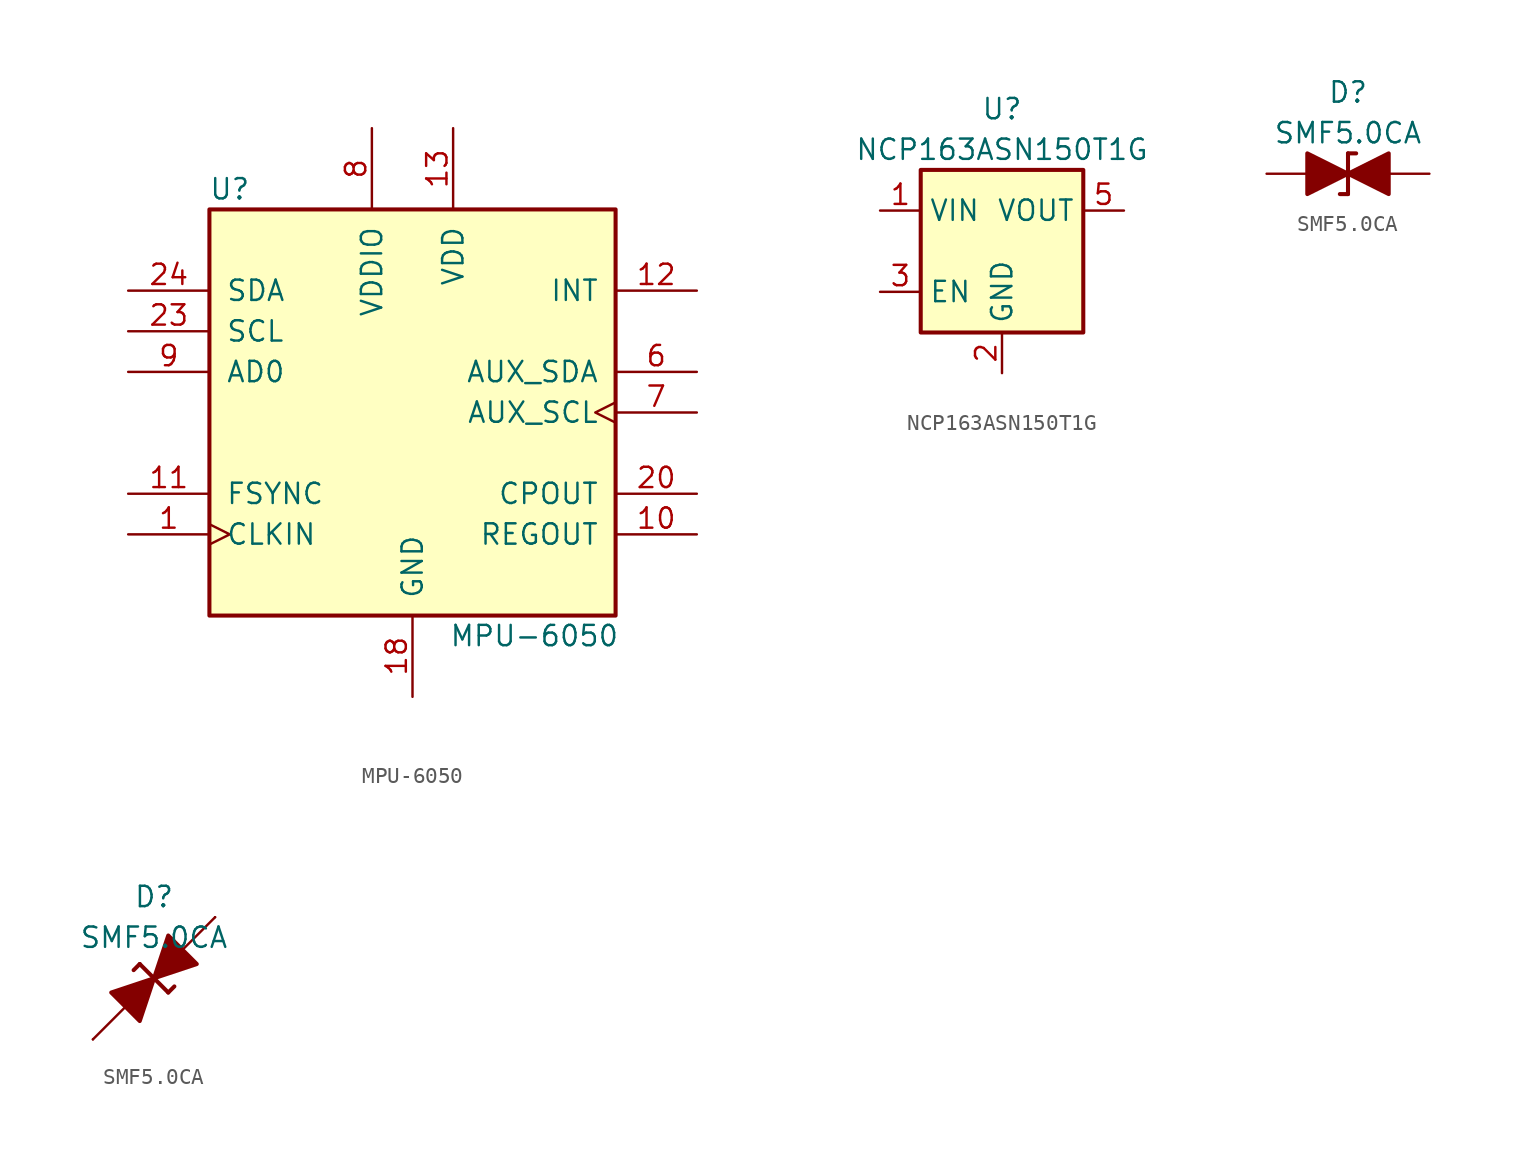
<source format=kicad_sym>
(kicad_symbol_lib
  (version 20241209)
  (generator "kicad_symbol_editor")
  (generator_version "9.0")
  (symbol "MPU-6050"
    (pin_names
      (offset 1.016))
    (property "Reference" "U"
      (at -11.43 13.97 0)
      (effects (font (size 1.27 1.27))))
    (property "Value" "MPU-6050"
      (at 7.62 -13.97 0)
      (effects (font (size 1.27 1.27))))
    (symbol "MPU-6050_0_1"
      (rectangle (start -12.7 12.7) (end 12.7 -12.7) (stroke (width 0.254) (type solid)) (fill (type background))))
    (symbol "MPU-6050_1_1"
      (pin bidirectional line (at -17.78 7.62 0) (length 5.08) (name "SDA" (effects (font (size 1.27 1.27)))) (number "24" (effects (font (size 1.27 1.27)))))
      (pin input line (at -17.78 5.08 0) (length 5.08) (name "SCL" (effects (font (size 1.27 1.27)))) (number "23" (effects (font (size 1.27 1.27)))))
      (pin input line (at -17.78 2.54 0) (length 5.08) (name "AD0" (effects (font (size 1.27 1.27)))) (number "9" (effects (font (size 1.27 1.27)))))
      (pin input line (at -17.78 -5.08 0) (length 5.08) (name "FSYNC" (effects (font (size 1.27 1.27)))) (number "11" (effects (font (size 1.27 1.27)))))
      (pin input clock (at -17.78 -7.62 0) (length 5.08) (name "CLKIN" (effects (font (size 1.27 1.27)))) (number "1" (effects (font (size 1.27 1.27)))))
      (pin no_connect line (at -3.81 0 90) (length 5.08) (hide yes) (name "NC" (effects (font (size 1.27 1.27)))) (number "14" (effects (font (size 1.27 1.27)))))
      (pin no_connect line (at -3.81 0 90) (length 5.08) (hide yes) (name "NC" (effects (font (size 1.27 1.27)))) (number "15" (effects (font (size 1.27 1.27)))))
      (pin no_connect line (at -3.81 0 90) (length 5.08) (hide yes) (name "NC" (effects (font (size 1.27 1.27)))) (number "16" (effects (font (size 1.27 1.27)))))
      (pin no_connect line (at -3.81 0 90) (length 5.08) (hide yes) (name "NC" (effects (font (size 1.27 1.27)))) (number "17" (effects (font (size 1.27 1.27)))))
      (pin no_connect line (at -3.81 0 90) (length 5.08) (hide yes) (name "NC" (effects (font (size 1.27 1.27)))) (number "2" (effects (font (size 1.27 1.27)))))
      (pin no_connect line (at -3.81 0 90) (length 5.08) (hide yes) (name "NC" (effects (font (size 1.27 1.27)))) (number "3" (effects (font (size 1.27 1.27)))))
      (pin no_connect line (at -3.81 0 90) (length 5.08) (hide yes) (name "NC" (effects (font (size 1.27 1.27)))) (number "4" (effects (font (size 1.27 1.27)))))
      (pin no_connect line (at -3.81 0 90) (length 5.08) (hide yes) (name "NC" (effects (font (size 1.27 1.27)))) (number "5" (effects (font (size 1.27 1.27)))))
      (pin passive line (at -2.54 17.78 270) (length 5.08) (name "VDDIO" (effects (font (size 1.27 1.27)))) (number "8" (effects (font (size 1.27 1.27)))))
      (pin no_connect line (at -1.27 0 90) (length 5.08) (hide yes) (name "RESV" (effects (font (size 1.27 1.27)))) (number "19" (effects (font (size 1.27 1.27)))))
      (pin no_connect line (at -1.27 0 90) (length 5.08) (hide yes) (name "RESV" (effects (font (size 1.27 1.27)))) (number "21" (effects (font (size 1.27 1.27)))))
      (pin no_connect line (at -1.27 0 90) (length 5.08) (hide yes) (name "RESV" (effects (font (size 1.27 1.27)))) (number "22" (effects (font (size 1.27 1.27)))))
      (pin power_in line (at 0 -17.78 90) (length 5.08) (name "GND" (effects (font (size 1.27 1.27)))) (number "18" (effects (font (size 1.27 1.27)))))
      (pin power_in line (at 0 -17.78 90) (length 5.08) (hide yes) (name "GND" (effects (font (size 1.27 1.27)))) (number "25" (effects (font (size 1.27 1.27)))))
      (pin power_in line (at 2.54 17.78 270) (length 5.08) (name "VDD" (effects (font (size 1.27 1.27)))) (number "13" (effects (font (size 1.27 1.27)))))
      (pin output line (at 17.78 7.62 180) (length 5.08) (name "INT" (effects (font (size 1.27 1.27)))) (number "12" (effects (font (size 1.27 1.27)))))
      (pin bidirectional line (at 17.78 2.54 180) (length 5.08) (name "AUX_SDA" (effects (font (size 1.27 1.27)))) (number "6" (effects (font (size 1.27 1.27)))))
      (pin output clock (at 17.78 0 180) (length 5.08) (name "AUX_SCL" (effects (font (size 1.27 1.27)))) (number "7" (effects (font (size 1.27 1.27)))))
      (pin passive line (at 17.78 -5.08 180) (length 5.08) (name "CPOUT" (effects (font (size 1.27 1.27)))) (number "20" (effects (font (size 1.27 1.27)))))
      (pin passive line (at 17.78 -7.62 180) (length 5.08) (name "REGOUT" (effects (font (size 1.27 1.27)))) (number "10" (effects (font (size 1.27 1.27)))))))
  (symbol "NCP163ASN150T1G"
    (property "Reference" "U"
      (at 0 8.89 0)
      (effects (font (size 1.27 1.27))))
    (property "Value" "NCP163ASN150T1G"
      (at 0 6.35 0)
      (effects (font (size 1.27 1.27))))
    (symbol "NCP163ASN150T1G_0_1"
      (rectangle (start -5.08 5.08) (end 5.08 -5.08) (stroke (width 0.254) (type default)) (fill (type background))))
    (symbol "NCP163ASN150T1G_1_1"
      (pin power_in line (at -7.62 2.54 0) (length 2.54) (name "VIN" (effects (font (size 1.27 1.27)))) (number "1" (effects (font (size 1.27 1.27)))))
      (pin input line (at -7.62 -2.54 0) (length 2.54) (name "EN" (effects (font (size 1.27 1.27)))) (number "3" (effects (font (size 1.27 1.27)))))
      (pin power_in line (at 0 -7.62 90) (length 2.54) (name "GND" (effects (font (size 1.27 1.27)))) (number "2" (effects (font (size 1.27 1.27)))))
      (pin no_connect line (at 5.08 -2.54 180) (length 2.54) (hide yes) (name "NC" (effects (font (size 1.27 1.27)))) (number "4" (effects (font (size 1.27 1.27)))))
      (pin power_out line (at 7.62 2.54 180) (length 2.54) (name "VOUT" (effects (font (size 1.27 1.27)))) (number "5" (effects (font (size 1.27 1.27)))))))
  (symbol "SMF5.0CA"
    (pin_numbers
      (hide yes))
    (pin_names
      (offset 1.016)
      (hide yes))
    (property "Reference" "D"
      (at 0 5.08 0)
      (effects (font (size 1.27 1.27))))
    (property "Value" "SMF5.0CA"
      (at 0 2.54 0)
      (effects (font (size 1.27 1.27))))
    (symbol "SMF5.0CA_0_1"
      (polyline (pts (xy 0 1.27) (xy 0 -1.27)) (stroke (width 0.254) (type default)) (fill (type none)))
      (polyline (pts (xy 0 1.27) (xy 0.508 1.27)) (stroke (width 0.254) (type default)) (fill (type none)))
      (polyline (pts (xy 0 0) (xy -2.54 1.27) (xy -2.54 -1.27) (xy 0 0)) (stroke (width 0.254) (type default)) (fill (type outline)))
      (polyline (pts (xy 0 -1.27) (xy -0.508 -1.27)) (stroke (width 0.254) (type default)) (fill (type none)))
      (polyline (pts (xy 1.27 0) (xy -1.27 0)) (stroke (width 0) (type default)) (fill (type none)))
      (polyline (pts (xy 2.54 1.27) (xy 2.54 -1.27) (xy 0 0) (xy 2.54 1.27)) (stroke (width 0.254) (type default)) (fill (type outline))))
    (symbol "SMF5.0CA_0_2"
      (polyline (pts (xy -3.81 -3.81) (xy 3.81 3.81)) (stroke (width 0) (type default)) (fill (type none)))
      (polyline (pts (xy -1.778 -1.778) (xy -2.667 -0.889) (xy 0 0) (xy -0.889 -2.667) (xy -1.778 -1.778)) (stroke (width 0.254) (type default)) (fill (type outline)))
      (polyline (pts (xy -0.889 0.889) (xy -1.27 0.508)) (stroke (width 0.254) (type default)) (fill (type none)))
      (polyline (pts (xy -0.889 0.889) (xy 0.889 -0.889)) (stroke (width 0.254) (type default)) (fill (type none)))
      (polyline (pts (xy 0.889 -0.889) (xy 1.27 -0.508)) (stroke (width 0.254) (type default)) (fill (type none)))
      (polyline (pts (xy 1.778 1.778) (xy 2.667 0.889) (xy 0 0) (xy 0.889 2.667) (xy 1.778 1.778)) (stroke (width 0.254) (type default)) (fill (type outline))))
    (symbol "SMF5.0CA_1_1"
      (pin passive line (at -5.08 0 0) (length 2.54) (name "K" (effects (font (size 1.27 1.27)))) (number "1" (effects (font (size 1.27 1.27)))))
      (pin passive line (at 5.08 0 180) (length 2.54) (name "A" (effects (font (size 1.27 1.27)))) (number "2" (effects (font (size 1.27 1.27))))))
    (symbol "SMF5.0CA_1_2"
      (pin passive line (at -3.81 -3.81 0) (length 0) (name "A" (effects (font (size 1.27 1.27)))) (number "2" (effects (font (size 1.27 1.27)))))
      (pin passive line (at 3.81 3.81 180) (length 0) (name "K" (effects (font (size 1.27 1.27)))) (number "1" (effects (font (size 1.27 1.27))))))))
</source>
